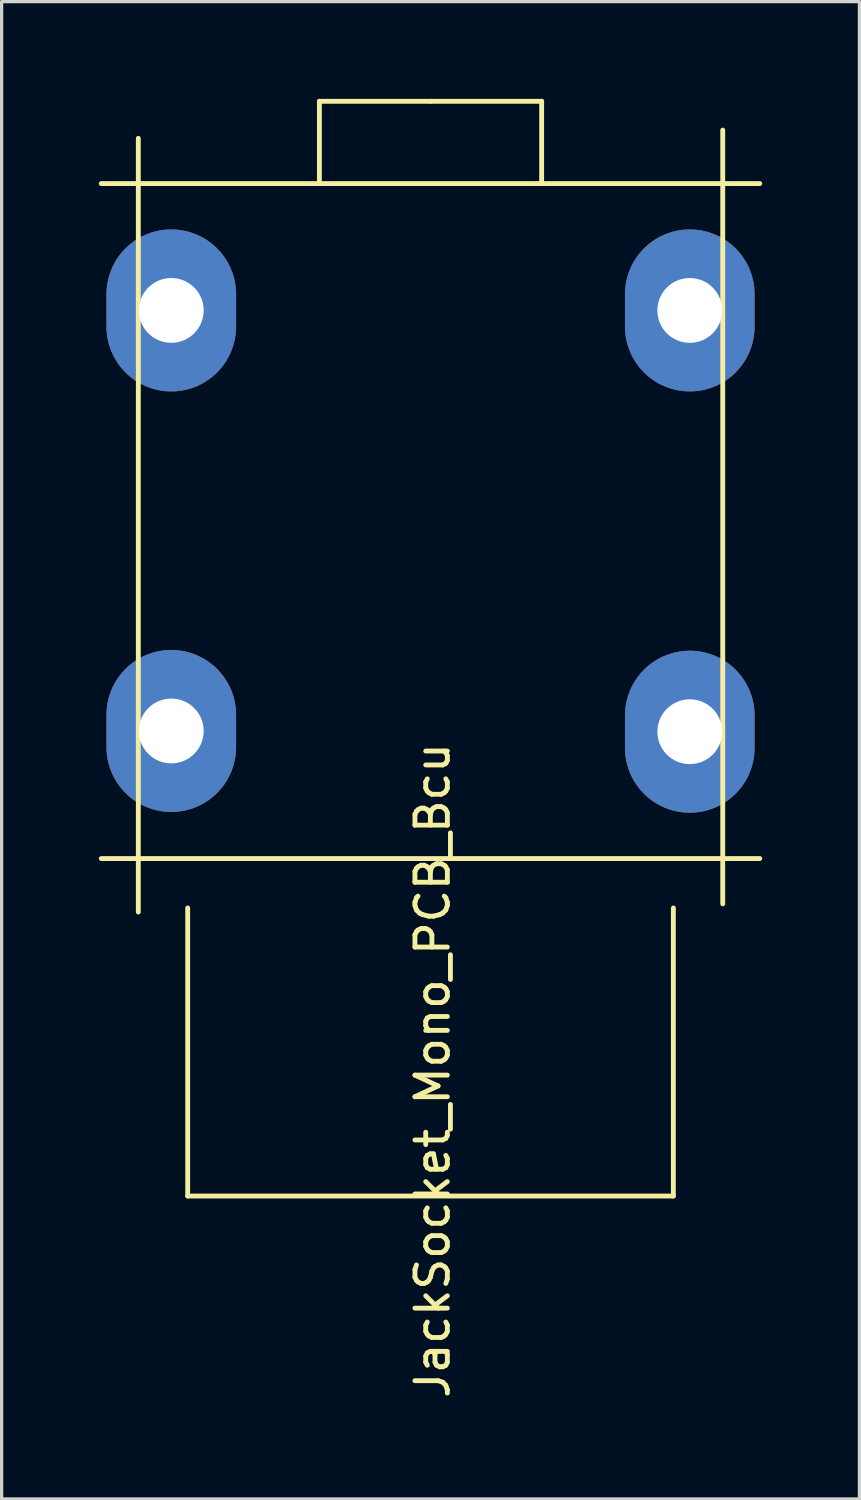
<source format=kicad_pcb>
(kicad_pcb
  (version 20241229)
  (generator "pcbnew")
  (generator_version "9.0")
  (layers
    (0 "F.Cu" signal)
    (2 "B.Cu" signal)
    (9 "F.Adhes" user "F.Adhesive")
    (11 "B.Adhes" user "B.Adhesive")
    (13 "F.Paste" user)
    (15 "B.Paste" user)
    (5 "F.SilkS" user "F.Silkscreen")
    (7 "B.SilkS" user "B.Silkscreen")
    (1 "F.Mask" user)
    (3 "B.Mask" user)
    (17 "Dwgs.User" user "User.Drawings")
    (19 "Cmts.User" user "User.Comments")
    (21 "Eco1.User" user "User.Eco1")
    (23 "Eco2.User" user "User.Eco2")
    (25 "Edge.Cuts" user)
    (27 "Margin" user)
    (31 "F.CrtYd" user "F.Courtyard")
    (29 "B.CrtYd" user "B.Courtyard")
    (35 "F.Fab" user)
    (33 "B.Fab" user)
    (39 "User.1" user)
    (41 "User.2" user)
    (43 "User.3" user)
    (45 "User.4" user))
  (footprint "JackSocket_Mono_PCB_Bcu"
    (layer "F.Cu")
    (at 10.235 13.029)
    (property "Reference" "JackSocket_Mono_PCB_Bcu" (at 0.064 16.954 90) (layer "F.SilkS") (effects (font (size 1 1) (thickness 0.15))))
    (attr through_hole)
    (fp_line (start -10.16 -10.414) (end 10.16 -10.414) (stroke (width 0.15) (type solid)) (layer "F.SilkS"))
    (fp_line (start -10.16 10.414) (end 10.16 10.414) (stroke (width 0.15) (type solid)) (layer "F.SilkS"))
    (fp_line (start -9.017 -11.811) (end -9.017 12.065) (stroke (width 0.15) (type solid)) (layer "F.SilkS"))
    (fp_line (start -7.493 11.938) (end -7.493 20.828) (stroke (width 0.15) (type solid)) (layer "F.SilkS"))
    (fp_line (start -7.493 20.828) (end 7.493 20.828) (stroke (width 0.15) (type solid)) (layer "F.SilkS"))
    (fp_line (start -3.429 -12.954) (end -3.429 -10.414) (stroke (width 0.15) (type solid)) (layer "F.SilkS"))
    (fp_line (start 0 -12.954) (end -3.429 -12.954) (stroke (width 0.15) (type solid)) (layer "F.SilkS"))
    (fp_line (start 0 -12.954) (end 3.429 -12.954) (stroke (width 0.15) (type solid)) (layer "F.SilkS"))
    (fp_line (start 3.429 -12.954) (end 3.429 -10.414) (stroke (width 0.15) (type solid)) (layer "F.SilkS"))
    (fp_line (start 7.493 20.828) (end 7.493 11.938) (stroke (width 0.15) (type solid)) (layer "F.SilkS"))
    (fp_line (start 9.017 -12.065) (end 9.017 11.811) (stroke (width 0.15) (type solid)) (layer "F.SilkS"))
    (pad "1" thru_hole oval (at 8 -6.5) (size 4 5) (drill 2) (layers "*.Mask" "B.Cu"))
    (pad "2" thru_hole oval (at -8 -6.5) (size 4 5) (drill 2) (layers "*.Mask" "B.Cu"))
    (pad "3" thru_hole oval (at -8 6.477) (size 4 5) (drill 2) (layers "*.Mask" "B.Cu"))
    (pad "4" thru_hole oval (at 8 6.5) (size 4 5) (drill 2) (layers "*.Mask" "B.Cu")))
  (gr_rect
    (start -3 -3)
    (end 23.47 43.204)
    (stroke (width 0.1) (type default))
    (fill no)
    (layer "Edge.Cuts")))
</source>
